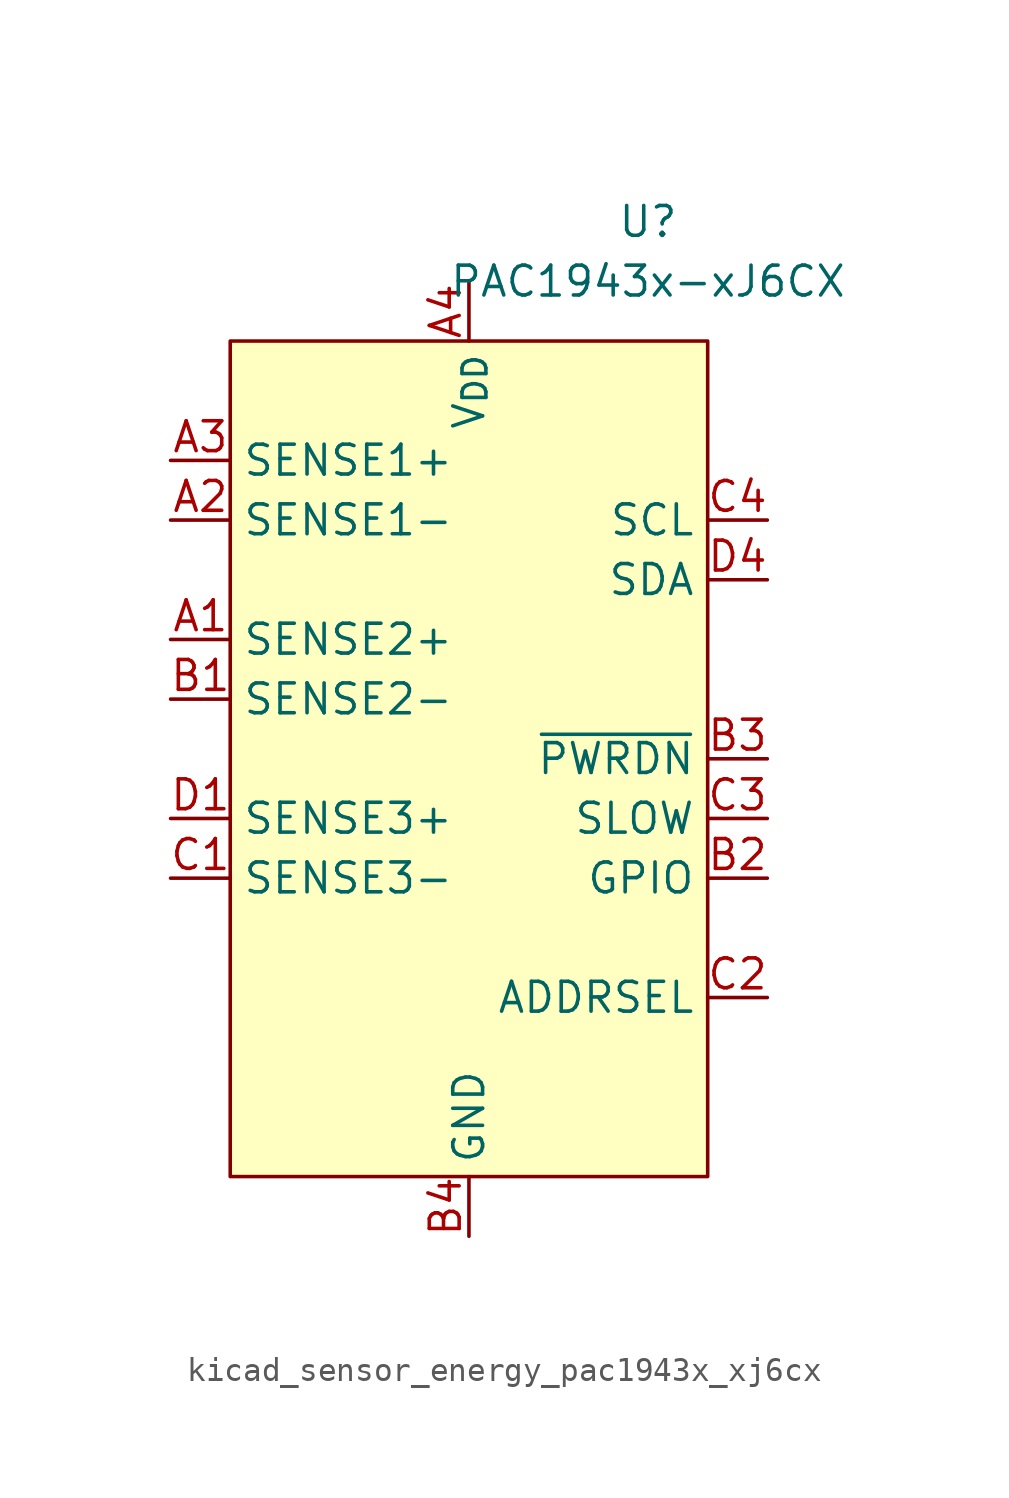
<source format=kicad_sym>
(kicad_symbol_lib
  (version 20220914)
  (generator kicad_symbol_editor)
  (symbol "kicad_sensor_energy_pac1943x_xj6cx"
    (property "Reference" "U"
      (at 7.62 22.86 0)
      (effects (font (size 1.27 1.27))))
    (property "Value" "PAC1943x-xJ6CX"
      (at 7.62 20.32 0)
      (effects (font (size 1.27 1.27))))
    (symbol "kicad_sensor_energy_pac1943x_xj6cx_0_0"
      (pin input line (at -12.7 5.08 0) (length 2.54) (name "SENSE2+" (effects (font (size 1.27 1.27)))) (number "A1" (effects (font (size 1.27 1.27)))))
      (pin input line (at -12.7 10.16 0) (length 2.54) (name "SENSE1-" (effects (font (size 1.27 1.27)))) (number "A2" (effects (font (size 1.27 1.27)))))
      (pin input line (at -12.7 12.7 0) (length 2.54) (name "SENSE1+" (effects (font (size 1.27 1.27)))) (number "A3" (effects (font (size 1.27 1.27)))))
      (pin power_in line (at 0 20.32 270) (length 2.54) (name "V_{DD}" (effects (font (size 1.27 1.27)))) (number "A4" (effects (font (size 1.27 1.27)))))
      (pin input line (at -12.7 2.54 0) (length 2.54) (name "SENSE2-" (effects (font (size 1.27 1.27)))) (number "B1" (effects (font (size 1.27 1.27)))))
      (pin bidirectional line (at 12.7 -5.08 180) (length 2.54) (name "GPIO" (effects (font (size 1.27 1.27)))) (number "B2" (effects (font (size 1.27 1.27)))) (alternate "~{ALERT2}" open_collector line))
      (pin input line (at 12.7 0 180) (length 2.54) (name "~{PWRDN}" (effects (font (size 1.27 1.27)))) (number "B3" (effects (font (size 1.27 1.27)))))
      (pin power_in line (at 0 -20.32 90) (length 2.54) (name "GND" (effects (font (size 1.27 1.27)))) (number "B4" (effects (font (size 1.27 1.27)))))
      (pin input line (at -12.7 -5.08 0) (length 2.54) (name "SENSE3-" (effects (font (size 1.27 1.27)))) (number "C1" (effects (font (size 1.27 1.27)))))
      (pin passive line (at 12.7 -10.16 180) (length 2.54) (name "ADDRSEL" (effects (font (size 1.27 1.27)))) (number "C2" (effects (font (size 1.27 1.27)))))
      (pin input line (at 12.7 -2.54 180) (length 2.54) (name "SLOW" (effects (font (size 1.27 1.27)))) (number "C3" (effects (font (size 1.27 1.27)))) (alternate "GPIO" bidirectional line) (alternate "~{ALERT1}" open_collector line))
      (pin input line (at 12.7 10.16 180) (length 2.54) (name "SCL" (effects (font (size 1.27 1.27)))) (number "C4" (effects (font (size 1.27 1.27)))) (alternate "SM_CLK" input line))
      (pin input line (at -12.7 -2.54 0) (length 2.54) (name "SENSE3+" (effects (font (size 1.27 1.27)))) (number "D1" (effects (font (size 1.27 1.27)))))
      (pin passive line (at 0 -20.32 90) (length 2.54) hide (name "GND" (effects (font (size 1.27 1.27)))) (number "D2" (effects (font (size 1.27 1.27)))))
      (pin passive line (at 0 -20.32 90) (length 2.54) hide (name "GND" (effects (font (size 1.27 1.27)))) (number "D3" (effects (font (size 1.27 1.27)))))
      (pin bidirectional line (at 12.7 7.62 180) (length 2.54) (name "SDA" (effects (font (size 1.27 1.27)))) (number "D4" (effects (font (size 1.27 1.27)))) (alternate "SM_DATA" bidirectional line)))
    (symbol "kicad_sensor_energy_pac1943x_xj6cx_0_1"
      (rectangle (start -10.16 17.78) (end 10.16 -17.78) (stroke (width 0) (type default)) (fill (type background))))))
</source>
